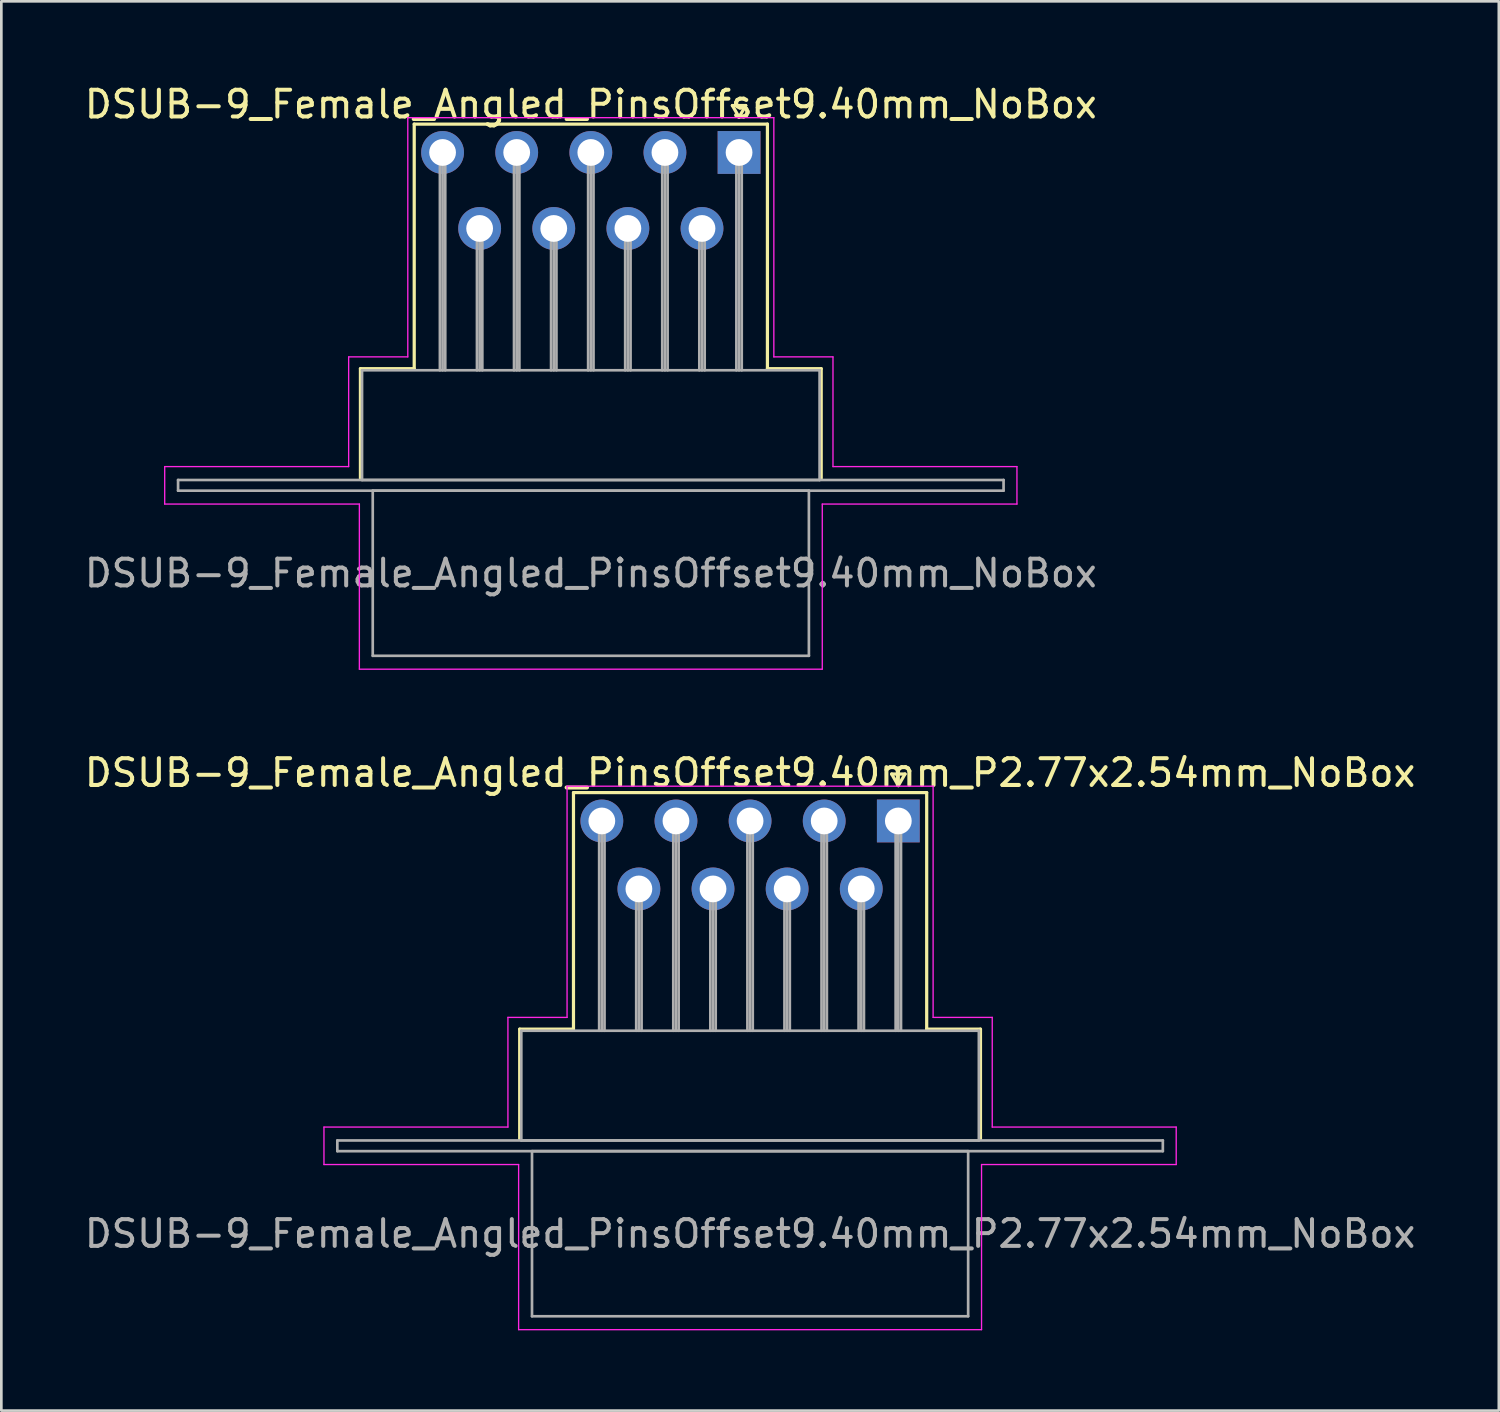
<source format=kicad_pcb>
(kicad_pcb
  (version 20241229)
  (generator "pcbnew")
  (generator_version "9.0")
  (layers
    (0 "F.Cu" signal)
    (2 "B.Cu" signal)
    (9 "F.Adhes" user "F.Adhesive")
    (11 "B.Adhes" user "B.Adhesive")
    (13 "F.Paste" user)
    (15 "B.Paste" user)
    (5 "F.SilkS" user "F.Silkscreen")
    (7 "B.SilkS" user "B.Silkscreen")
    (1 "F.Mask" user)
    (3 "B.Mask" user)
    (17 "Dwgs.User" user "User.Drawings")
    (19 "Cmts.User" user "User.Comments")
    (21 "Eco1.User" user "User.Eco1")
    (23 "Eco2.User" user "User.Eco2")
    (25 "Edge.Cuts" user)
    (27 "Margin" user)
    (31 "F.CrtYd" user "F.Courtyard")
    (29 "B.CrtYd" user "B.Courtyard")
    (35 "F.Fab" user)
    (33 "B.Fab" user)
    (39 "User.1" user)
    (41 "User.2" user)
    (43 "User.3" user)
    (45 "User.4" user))
  (footprint "DSUB-9_Female_Angled_PinsOffset9.40mm_P2.77x2.54mm_NoBox"
    (layer "F.Cu")
    (at 30.522 27.631)
    (property "Reference" "DSUB-9_Female_Angled_PinsOffset9.40mm_P2.77x2.54mm_NoBox" (at -5.54 -1.8 0) (layer "F.SilkS") (effects (font (size 1 1) (thickness 0.15))))
    (attr through_hole)
    (fp_line (start -14.15 7.78) (end -12.14 7.78) (stroke (width 0.12) (type solid)) (layer "F.SilkS"))
    (fp_line (start -14.15 11.88) (end -14.15 7.78) (stroke (width 0.12) (type solid)) (layer "F.SilkS"))
    (fp_line (start -12.14 -1.06) (end 1.06 -1.06) (stroke (width 0.12) (type solid)) (layer "F.SilkS"))
    (fp_line (start -12.14 7.78) (end -12.14 -1.06) (stroke (width 0.12) (type solid)) (layer "F.SilkS"))
    (fp_line (start -0.25 -1.754) (end 0.25 -1.754) (stroke (width 0.12) (type solid)) (layer "F.SilkS"))
    (fp_line (start 0 -1.321) (end -0.25 -1.754) (stroke (width 0.12) (type solid)) (layer "F.SilkS"))
    (fp_line (start 0.25 -1.754) (end 0 -1.321) (stroke (width 0.12) (type solid)) (layer "F.SilkS"))
    (fp_line (start 1.06 -1.06) (end 1.06 7.78) (stroke (width 0.12) (type solid)) (layer "F.SilkS"))
    (fp_line (start 1.06 7.78) (end 3.07 7.78) (stroke (width 0.12) (type solid)) (layer "F.SilkS"))
    (fp_line (start 3.07 7.78) (end 3.07 11.88) (stroke (width 0.12) (type solid)) (layer "F.SilkS"))
    (fp_line (start -21.465 11.44) (end -14.59 11.44) (stroke (width 0.05) (type solid)) (layer "F.CrtYd"))
    (fp_line (start -21.465 12.84) (end -21.465 11.44) (stroke (width 0.05) (type solid)) (layer "F.CrtYd"))
    (fp_line (start -14.59 7.34) (end -12.38 7.34) (stroke (width 0.05) (type solid)) (layer "F.CrtYd"))
    (fp_line (start -14.59 11.44) (end -14.59 7.34) (stroke (width 0.05) (type solid)) (layer "F.CrtYd"))
    (fp_line (start -14.19 12.84) (end -21.465 12.84) (stroke (width 0.05) (type solid)) (layer "F.CrtYd"))
    (fp_line (start -14.19 19.01) (end -14.19 12.84) (stroke (width 0.05) (type solid)) (layer "F.CrtYd"))
    (fp_line (start -12.38 -1.3) (end 1.3 -1.3) (stroke (width 0.05) (type solid)) (layer "F.CrtYd"))
    (fp_line (start -12.38 7.34) (end -12.38 -1.3) (stroke (width 0.05) (type solid)) (layer "F.CrtYd"))
    (fp_line (start 1.3 -1.3) (end 1.3 7.34) (stroke (width 0.05) (type solid)) (layer "F.CrtYd"))
    (fp_line (start 1.3 7.34) (end 3.51 7.34) (stroke (width 0.05) (type solid)) (layer "F.CrtYd"))
    (fp_line (start 3.11 12.84) (end 3.11 19.01) (stroke (width 0.05) (type solid)) (layer "F.CrtYd"))
    (fp_line (start 3.11 19.01) (end -14.19 19.01) (stroke (width 0.05) (type solid)) (layer "F.CrtYd"))
    (fp_line (start 3.51 7.34) (end 3.51 11.44) (stroke (width 0.05) (type solid)) (layer "F.CrtYd"))
    (fp_line (start 3.51 11.44) (end 10.385 11.44) (stroke (width 0.05) (type solid)) (layer "F.CrtYd"))
    (fp_line (start 10.385 11.44) (end 10.385 12.84) (stroke (width 0.05) (type solid)) (layer "F.CrtYd"))
    (fp_line (start 10.385 12.84) (end 3.11 12.84) (stroke (width 0.05) (type solid)) (layer "F.CrtYd"))
    (fp_line (start -20.965 11.94) (end -20.965 12.34) (stroke (width 0.1) (type solid)) (layer "F.Fab"))
    (fp_line (start -20.965 12.34) (end 9.885 12.34) (stroke (width 0.1) (type solid)) (layer "F.Fab"))
    (fp_line (start -14.09 7.84) (end -14.09 11.94) (stroke (width 0.1) (type solid)) (layer "F.Fab"))
    (fp_line (start -14.09 11.94) (end 3.01 11.94) (stroke (width 0.1) (type solid)) (layer "F.Fab"))
    (fp_line (start -13.69 12.34) (end -13.69 18.51) (stroke (width 0.1) (type solid)) (layer "F.Fab"))
    (fp_line (start -13.69 18.51) (end 2.61 18.51) (stroke (width 0.1) (type solid)) (layer "F.Fab"))
    (fp_line (start -11.18 0) (end -11.18 7.84) (stroke (width 0.1) (type solid)) (layer "F.Fab"))
    (fp_line (start -11.08 0) (end -11.08 7.84) (stroke (width 0.1) (type solid)) (layer "F.Fab"))
    (fp_line (start -10.98 0) (end -10.98 7.84) (stroke (width 0.1) (type solid)) (layer "F.Fab"))
    (fp_line (start -9.795 2.54) (end -9.795 7.84) (stroke (width 0.1) (type solid)) (layer "F.Fab"))
    (fp_line (start -9.695 2.54) (end -9.695 7.84) (stroke (width 0.1) (type solid)) (layer "F.Fab"))
    (fp_line (start -9.595 2.54) (end -9.595 7.84) (stroke (width 0.1) (type solid)) (layer "F.Fab"))
    (fp_line (start -8.41 0) (end -8.41 7.84) (stroke (width 0.1) (type solid)) (layer "F.Fab"))
    (fp_line (start -8.31 0) (end -8.31 7.84) (stroke (width 0.1) (type solid)) (layer "F.Fab"))
    (fp_line (start -8.21 0) (end -8.21 7.84) (stroke (width 0.1) (type solid)) (layer "F.Fab"))
    (fp_line (start -7.025 2.54) (end -7.025 7.84) (stroke (width 0.1) (type solid)) (layer "F.Fab"))
    (fp_line (start -6.925 2.54) (end -6.925 7.84) (stroke (width 0.1) (type solid)) (layer "F.Fab"))
    (fp_line (start -6.825 2.54) (end -6.825 7.84) (stroke (width 0.1) (type solid)) (layer "F.Fab"))
    (fp_line (start -5.64 0) (end -5.64 7.84) (stroke (width 0.1) (type solid)) (layer "F.Fab"))
    (fp_line (start -5.54 0) (end -5.54 7.84) (stroke (width 0.1) (type solid)) (layer "F.Fab"))
    (fp_line (start -5.44 0) (end -5.44 7.84) (stroke (width 0.1) (type solid)) (layer "F.Fab"))
    (fp_line (start -4.255 2.54) (end -4.255 7.84) (stroke (width 0.1) (type solid)) (layer "F.Fab"))
    (fp_line (start -4.155 2.54) (end -4.155 7.84) (stroke (width 0.1) (type solid)) (layer "F.Fab"))
    (fp_line (start -4.055 2.54) (end -4.055 7.84) (stroke (width 0.1) (type solid)) (layer "F.Fab"))
    (fp_line (start -2.87 0) (end -2.87 7.84) (stroke (width 0.1) (type solid)) (layer "F.Fab"))
    (fp_line (start -2.77 0) (end -2.77 7.84) (stroke (width 0.1) (type solid)) (layer "F.Fab"))
    (fp_line (start -2.67 0) (end -2.67 7.84) (stroke (width 0.1) (type solid)) (layer "F.Fab"))
    (fp_line (start -1.485 2.54) (end -1.485 7.84) (stroke (width 0.1) (type solid)) (layer "F.Fab"))
    (fp_line (start -1.385 2.54) (end -1.385 7.84) (stroke (width 0.1) (type solid)) (layer "F.Fab"))
    (fp_line (start -1.285 2.54) (end -1.285 7.84) (stroke (width 0.1) (type solid)) (layer "F.Fab"))
    (fp_line (start -0.1 0) (end -0.1 7.84) (stroke (width 0.1) (type solid)) (layer "F.Fab"))
    (fp_line (start 0 0) (end 0 7.84) (stroke (width 0.1) (type solid)) (layer "F.Fab"))
    (fp_line (start 0.1 0) (end 0.1 7.84) (stroke (width 0.1) (type solid)) (layer "F.Fab"))
    (fp_line (start 2.61 12.34) (end -13.69 12.34) (stroke (width 0.1) (type solid)) (layer "F.Fab"))
    (fp_line (start 2.61 18.51) (end 2.61 12.34) (stroke (width 0.1) (type solid)) (layer "F.Fab"))
    (fp_line (start 3.01 7.84) (end -14.09 7.84) (stroke (width 0.1) (type solid)) (layer "F.Fab"))
    (fp_line (start 3.01 11.94) (end 3.01 7.84) (stroke (width 0.1) (type solid)) (layer "F.Fab"))
    (fp_line (start 9.885 11.94) (end -20.965 11.94) (stroke (width 0.1) (type solid)) (layer "F.Fab"))
    (fp_line (start 9.885 12.34) (end 9.885 11.94) (stroke (width 0.1) (type solid)) (layer "F.Fab"))
    (fp_text user "${REFERENCE}" (at -5.54 15.425 0) (layer "F.Fab") (effects (font (size 1 1) (thickness 0.15))))
    (pad "1" thru_hole rect (at 0 0) (size 1.6 1.6) (drill 1) (layers "*.Cu" "*.Mask"))
    (pad "2" thru_hole circle (at -2.77 0) (size 1.6 1.6) (drill 1) (layers "*.Cu" "*.Mask"))
    (pad "3" thru_hole circle (at -5.54 0) (size 1.6 1.6) (drill 1) (layers "*.Cu" "*.Mask"))
    (pad "4" thru_hole circle (at -8.31 0) (size 1.6 1.6) (drill 1) (layers "*.Cu" "*.Mask"))
    (pad "5" thru_hole circle (at -11.08 0) (size 1.6 1.6) (drill 1) (layers "*.Cu" "*.Mask"))
    (pad "6" thru_hole circle (at -1.385 2.54) (size 1.6 1.6) (drill 1) (layers "*.Cu" "*.Mask"))
    (pad "7" thru_hole circle (at -4.155 2.54) (size 1.6 1.6) (drill 1) (layers "*.Cu" "*.Mask"))
    (pad "8" thru_hole circle (at -6.925 2.54) (size 1.6 1.6) (drill 1) (layers "*.Cu" "*.Mask"))
    (pad "9" thru_hole circle (at -9.695 2.54) (size 1.6 1.6) (drill 1) (layers "*.Cu" "*.Mask")))
  (footprint "DSUB-9_Female_Angled_PinsOffset9.40mm_NoBox"
    (layer "F.Cu")
    (at 24.57 2.648)
    (property "Reference" "DSUB-9_Female_Angled_PinsOffset9.40mm_NoBox" (at -5.54 -1.8 0) (layer "F.SilkS") (effects (font (size 1 1) (thickness 0.15))))
    (attr through_hole)
    (fp_line (start -14.15 8.08) (end -12.14 8.08) (stroke (width 0.12) (type solid)) (layer "F.SilkS"))
    (fp_line (start -14.15 12.18) (end -14.15 8.08) (stroke (width 0.12) (type solid)) (layer "F.SilkS"))
    (fp_line (start -12.14 -1.06) (end 1.06 -1.06) (stroke (width 0.12) (type solid)) (layer "F.SilkS"))
    (fp_line (start -12.14 8.08) (end -12.14 -1.06) (stroke (width 0.12) (type solid)) (layer "F.SilkS"))
    (fp_line (start -0.25 -1.754) (end 0.25 -1.754) (stroke (width 0.12) (type solid)) (layer "F.SilkS"))
    (fp_line (start 0 -1.321) (end -0.25 -1.754) (stroke (width 0.12) (type solid)) (layer "F.SilkS"))
    (fp_line (start 0.25 -1.754) (end 0 -1.321) (stroke (width 0.12) (type solid)) (layer "F.SilkS"))
    (fp_line (start 1.06 -1.06) (end 1.06 8.08) (stroke (width 0.12) (type solid)) (layer "F.SilkS"))
    (fp_line (start 1.06 8.08) (end 3.07 8.08) (stroke (width 0.12) (type solid)) (layer "F.SilkS"))
    (fp_line (start 3.07 8.08) (end 3.07 12.18) (stroke (width 0.12) (type solid)) (layer "F.SilkS"))
    (fp_line (start -21.465 11.74) (end -14.59 11.74) (stroke (width 0.05) (type solid)) (layer "F.CrtYd"))
    (fp_line (start -21.465 13.14) (end -21.465 11.74) (stroke (width 0.05) (type solid)) (layer "F.CrtYd"))
    (fp_line (start -14.59 7.64) (end -12.38 7.64) (stroke (width 0.05) (type solid)) (layer "F.CrtYd"))
    (fp_line (start -14.59 11.74) (end -14.59 7.64) (stroke (width 0.05) (type solid)) (layer "F.CrtYd"))
    (fp_line (start -14.19 13.14) (end -21.465 13.14) (stroke (width 0.05) (type solid)) (layer "F.CrtYd"))
    (fp_line (start -14.19 19.31) (end -14.19 13.14) (stroke (width 0.05) (type solid)) (layer "F.CrtYd"))
    (fp_line (start -12.38 -1.3) (end 1.3 -1.3) (stroke (width 0.05) (type solid)) (layer "F.CrtYd"))
    (fp_line (start -12.38 7.64) (end -12.38 -1.3) (stroke (width 0.05) (type solid)) (layer "F.CrtYd"))
    (fp_line (start 1.3 -1.3) (end 1.3 7.64) (stroke (width 0.05) (type solid)) (layer "F.CrtYd"))
    (fp_line (start 1.3 7.64) (end 3.51 7.64) (stroke (width 0.05) (type solid)) (layer "F.CrtYd"))
    (fp_line (start 3.11 13.14) (end 3.11 19.31) (stroke (width 0.05) (type solid)) (layer "F.CrtYd"))
    (fp_line (start 3.11 19.31) (end -14.19 19.31) (stroke (width 0.05) (type solid)) (layer "F.CrtYd"))
    (fp_line (start 3.51 7.64) (end 3.51 11.74) (stroke (width 0.05) (type solid)) (layer "F.CrtYd"))
    (fp_line (start 3.51 11.74) (end 10.385 11.74) (stroke (width 0.05) (type solid)) (layer "F.CrtYd"))
    (fp_line (start 10.385 11.74) (end 10.385 13.14) (stroke (width 0.05) (type solid)) (layer "F.CrtYd"))
    (fp_line (start 10.385 13.14) (end 3.11 13.14) (stroke (width 0.05) (type solid)) (layer "F.CrtYd"))
    (fp_line (start -20.965 12.24) (end -20.965 12.64) (stroke (width 0.1) (type solid)) (layer "F.Fab"))
    (fp_line (start -20.965 12.64) (end 9.885 12.64) (stroke (width 0.1) (type solid)) (layer "F.Fab"))
    (fp_line (start -14.09 8.14) (end -14.09 12.24) (stroke (width 0.1) (type solid)) (layer "F.Fab"))
    (fp_line (start -14.09 12.24) (end 3.01 12.24) (stroke (width 0.1) (type solid)) (layer "F.Fab"))
    (fp_line (start -13.69 12.64) (end -13.69 18.81) (stroke (width 0.1) (type solid)) (layer "F.Fab"))
    (fp_line (start -13.69 18.81) (end 2.61 18.81) (stroke (width 0.1) (type solid)) (layer "F.Fab"))
    (fp_line (start -11.18 0) (end -11.18 8.14) (stroke (width 0.1) (type solid)) (layer "F.Fab"))
    (fp_line (start -11.08 0) (end -11.08 8.14) (stroke (width 0.1) (type solid)) (layer "F.Fab"))
    (fp_line (start -10.98 0) (end -10.98 8.14) (stroke (width 0.1) (type solid)) (layer "F.Fab"))
    (fp_line (start -9.795 2.84) (end -9.795 8.14) (stroke (width 0.1) (type solid)) (layer "F.Fab"))
    (fp_line (start -9.695 2.84) (end -9.695 8.14) (stroke (width 0.1) (type solid)) (layer "F.Fab"))
    (fp_line (start -9.595 2.84) (end -9.595 8.14) (stroke (width 0.1) (type solid)) (layer "F.Fab"))
    (fp_line (start -8.41 0) (end -8.41 8.14) (stroke (width 0.1) (type solid)) (layer "F.Fab"))
    (fp_line (start -8.31 0) (end -8.31 8.14) (stroke (width 0.1) (type solid)) (layer "F.Fab"))
    (fp_line (start -8.21 0) (end -8.21 8.14) (stroke (width 0.1) (type solid)) (layer "F.Fab"))
    (fp_line (start -7.025 2.84) (end -7.025 8.14) (stroke (width 0.1) (type solid)) (layer "F.Fab"))
    (fp_line (start -6.925 2.84) (end -6.925 8.14) (stroke (width 0.1) (type solid)) (layer "F.Fab"))
    (fp_line (start -6.825 2.84) (end -6.825 8.14) (stroke (width 0.1) (type solid)) (layer "F.Fab"))
    (fp_line (start -5.64 0) (end -5.64 8.14) (stroke (width 0.1) (type solid)) (layer "F.Fab"))
    (fp_line (start -5.54 0) (end -5.54 8.14) (stroke (width 0.1) (type solid)) (layer "F.Fab"))
    (fp_line (start -5.44 0) (end -5.44 8.14) (stroke (width 0.1) (type solid)) (layer "F.Fab"))
    (fp_line (start -4.255 2.84) (end -4.255 8.14) (stroke (width 0.1) (type solid)) (layer "F.Fab"))
    (fp_line (start -4.155 2.84) (end -4.155 8.14) (stroke (width 0.1) (type solid)) (layer "F.Fab"))
    (fp_line (start -4.055 2.84) (end -4.055 8.14) (stroke (width 0.1) (type solid)) (layer "F.Fab"))
    (fp_line (start -2.87 0) (end -2.87 8.14) (stroke (width 0.1) (type solid)) (layer "F.Fab"))
    (fp_line (start -2.77 0) (end -2.77 8.14) (stroke (width 0.1) (type solid)) (layer "F.Fab"))
    (fp_line (start -2.67 0) (end -2.67 8.14) (stroke (width 0.1) (type solid)) (layer "F.Fab"))
    (fp_line (start -1.485 2.84) (end -1.485 8.14) (stroke (width 0.1) (type solid)) (layer "F.Fab"))
    (fp_line (start -1.385 2.84) (end -1.385 8.14) (stroke (width 0.1) (type solid)) (layer "F.Fab"))
    (fp_line (start -1.285 2.84) (end -1.285 8.14) (stroke (width 0.1) (type solid)) (layer "F.Fab"))
    (fp_line (start -0.1 0) (end -0.1 8.14) (stroke (width 0.1) (type solid)) (layer "F.Fab"))
    (fp_line (start 0 0) (end 0 8.14) (stroke (width 0.1) (type solid)) (layer "F.Fab"))
    (fp_line (start 0.1 0) (end 0.1 8.14) (stroke (width 0.1) (type solid)) (layer "F.Fab"))
    (fp_line (start 2.61 12.64) (end -13.69 12.64) (stroke (width 0.1) (type solid)) (layer "F.Fab"))
    (fp_line (start 2.61 18.81) (end 2.61 12.64) (stroke (width 0.1) (type solid)) (layer "F.Fab"))
    (fp_line (start 3.01 8.14) (end -14.09 8.14) (stroke (width 0.1) (type solid)) (layer "F.Fab"))
    (fp_line (start 3.01 12.24) (end 3.01 8.14) (stroke (width 0.1) (type solid)) (layer "F.Fab"))
    (fp_line (start 9.885 12.24) (end -20.965 12.24) (stroke (width 0.1) (type solid)) (layer "F.Fab"))
    (fp_line (start 9.885 12.64) (end 9.885 12.24) (stroke (width 0.1) (type solid)) (layer "F.Fab"))
    (fp_text user "${REFERENCE}" (at -5.54 15.725 0) (layer "F.Fab") (effects (font (size 1 1) (thickness 0.15))))
    (pad "1" thru_hole rect (at 0 0) (size 1.6 1.6) (drill 1) (layers "*.Cu" "*.Mask"))
    (pad "2" thru_hole circle (at -2.77 0) (size 1.6 1.6) (drill 1) (layers "*.Cu" "*.Mask"))
    (pad "3" thru_hole circle (at -5.54 0) (size 1.6 1.6) (drill 1) (layers "*.Cu" "*.Mask"))
    (pad "4" thru_hole circle (at -8.31 0) (size 1.6 1.6) (drill 1) (layers "*.Cu" "*.Mask"))
    (pad "5" thru_hole circle (at -11.08 0) (size 1.6 1.6) (drill 1) (layers "*.Cu" "*.Mask"))
    (pad "6" thru_hole circle (at -1.385 2.84) (size 1.6 1.6) (drill 1) (layers "*.Cu" "*.Mask"))
    (pad "7" thru_hole circle (at -4.155 2.84) (size 1.6 1.6) (drill 1) (layers "*.Cu" "*.Mask"))
    (pad "8" thru_hole circle (at -6.925 2.84) (size 1.6 1.6) (drill 1) (layers "*.Cu" "*.Mask"))
    (pad "9" thru_hole circle (at -9.695 2.84) (size 1.6 1.6) (drill 1) (layers "*.Cu" "*.Mask")))
  (gr_rect
    (start -3 -3)
    (end 52.964 49.666)
    (stroke (width 0.1) (type default))
    (fill no)
    (layer "Edge.Cuts")))
</source>
